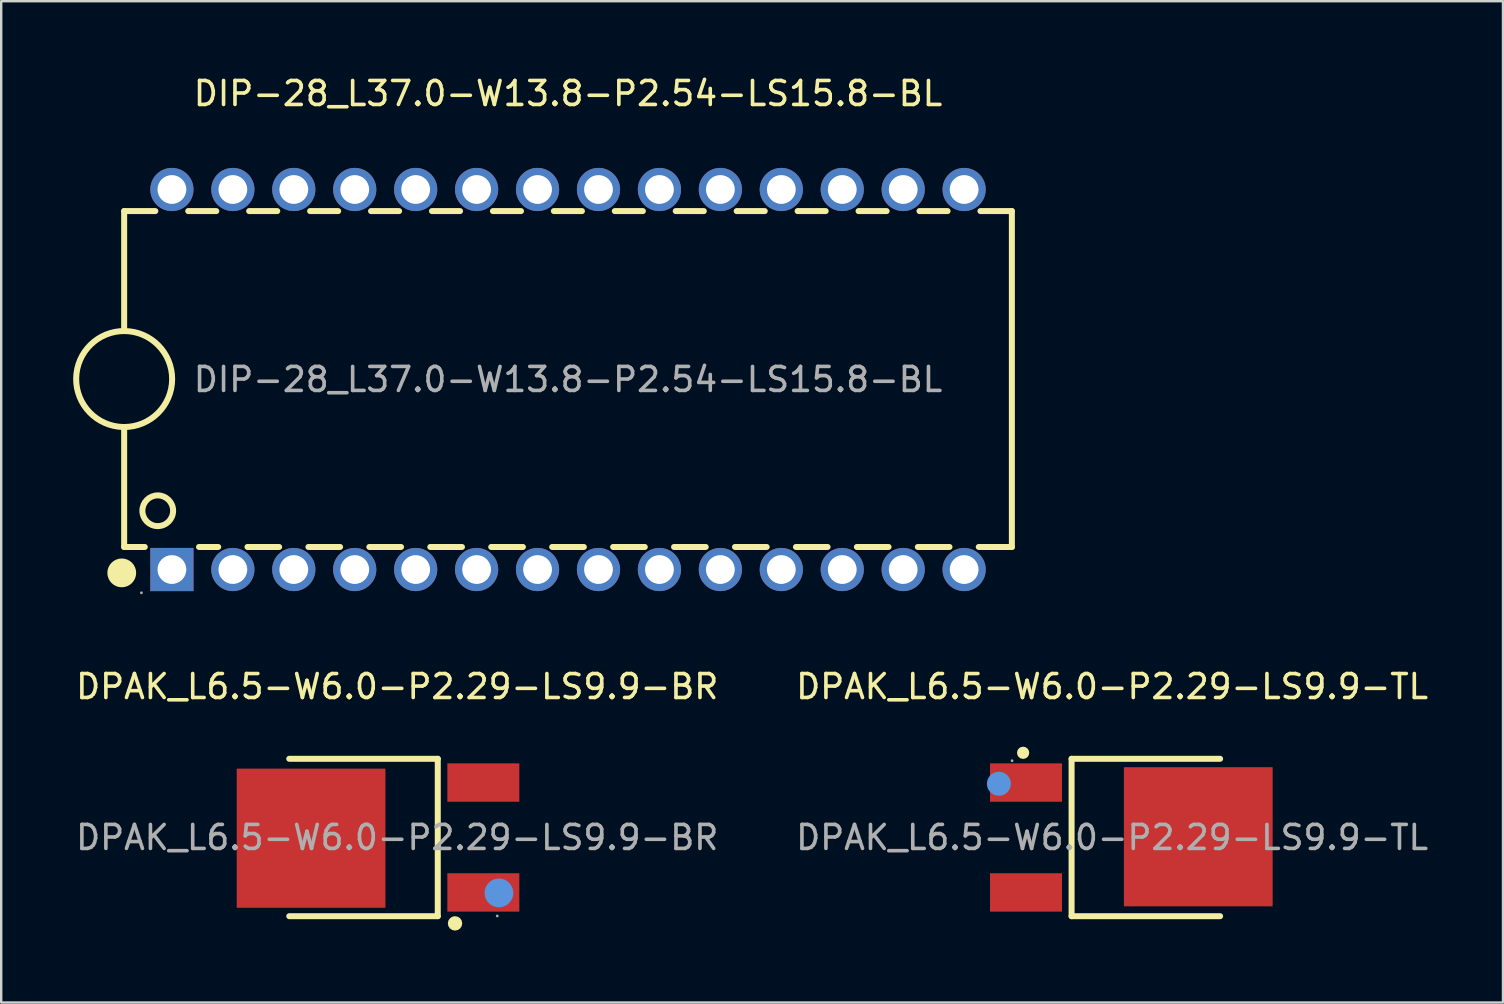
<source format=kicad_pcb>
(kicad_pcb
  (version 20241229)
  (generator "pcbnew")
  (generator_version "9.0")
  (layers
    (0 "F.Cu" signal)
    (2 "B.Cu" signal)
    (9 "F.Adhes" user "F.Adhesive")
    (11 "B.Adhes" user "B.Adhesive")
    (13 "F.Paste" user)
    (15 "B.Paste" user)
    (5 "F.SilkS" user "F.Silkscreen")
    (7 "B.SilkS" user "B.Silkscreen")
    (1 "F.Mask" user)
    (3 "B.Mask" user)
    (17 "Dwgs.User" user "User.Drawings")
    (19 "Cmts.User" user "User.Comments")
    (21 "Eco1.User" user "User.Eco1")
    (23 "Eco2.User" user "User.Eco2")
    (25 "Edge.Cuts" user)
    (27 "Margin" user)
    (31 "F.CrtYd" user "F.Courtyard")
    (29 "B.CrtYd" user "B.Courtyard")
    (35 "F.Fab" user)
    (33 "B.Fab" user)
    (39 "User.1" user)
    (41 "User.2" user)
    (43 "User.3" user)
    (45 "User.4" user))
  (footprint "DPAK_L6.5-W6.0-P2.29-LS9.9-BR"
    (layer "F.Cu")
    (at 13.506 31.857)
    (property "Reference" "DPAK_L6.5-W6.0-P2.29-LS9.9-BR" (at 0 -6.29 0) (layer "F.SilkS") (effects (font (size 1 1) (thickness 0.15))))
    (attr through_hole)
    (fp_line (start -4.5 -3.28) (end 1.69 -3.28) (stroke (width 0.25) (type solid)) (layer "F.SilkS"))
    (fp_line (start 1.69 -3.28) (end 1.69 3.28) (stroke (width 0.25) (type solid)) (layer "F.SilkS"))
    (fp_line (start 1.69 3.28) (end -4.5 3.28) (stroke (width 0.25) (type solid)) (layer "F.SilkS"))
    (fp_circle (center 2.41 3.58) (end 2.56 3.58) (stroke (width 0.3) (type solid)) (fill no) (layer "F.SilkS"))
    (fp_circle (center 4.24 2.31) (end 4.54 2.31) (stroke (width 0.6) (type solid)) (fill no) (layer "Cmts.User"))
    (fp_circle (center 4.17 3.27) (end 4.2 3.27) (stroke (width 0.06) (type solid)) (fill no) (layer "F.Fab"))
    (fp_text user "${REFERENCE}" (at 0 0 0) (layer "F.Fab") (effects (font (size 1 1) (thickness 0.15))))
    (pad "1" smd rect (at 3.59 2.29) (size 3 1.6) (layers "F.Cu" "F.Mask" "F.Paste"))
    (pad "3" smd rect (at 3.59 -2.29) (size 3 1.6) (layers "F.Cu" "F.Mask" "F.Paste"))
    (pad "4" smd rect (at -3.59 0.03) (size 6.2 5.8) (layers "F.Cu" "F.Mask" "F.Paste")))
  (footprint "DIP-28_L37.0-W13.8-P2.54-LS15.8-BL"
    (layer "F.Cu")
    (at 20.625 12.768)
    (property "Reference" "DIP-28_L37.0-W13.8-P2.54-LS15.8-BL" (at 0 -11.92 0) (layer "F.SilkS") (effects (font (size 1 1) (thickness 0.15))))
    (attr through_hole)
    (fp_line (start -18.5 -7.02) (end -18.5 -2.02) (stroke (width 0.25) (type solid)) (layer "F.SilkS"))
    (fp_line (start -18.5 1.98) (end -18.5 6.98) (stroke (width 0.25) (type solid)) (layer "F.SilkS"))
    (fp_line (start -17.64 6.98) (end -18.5 6.98) (stroke (width 0.25) (type solid)) (layer "F.SilkS"))
    (fp_line (start -17.2 -7.02) (end -18.5 -7.02) (stroke (width 0.25) (type solid)) (layer "F.SilkS"))
    (fp_line (start -14.66 -7.02) (end -15.83 -7.02) (stroke (width 0.25) (type solid)) (layer "F.SilkS"))
    (fp_line (start -14.58 6.98) (end -15.38 6.98) (stroke (width 0.25) (type solid)) (layer "F.SilkS"))
    (fp_line (start -12.12 -7.02) (end -13.29 -7.02) (stroke (width 0.25) (type solid)) (layer "F.SilkS"))
    (fp_line (start -12.04 6.98) (end -13.36 6.98) (stroke (width 0.25) (type solid)) (layer "F.SilkS"))
    (fp_line (start -9.58 -7.02) (end -10.75 -7.02) (stroke (width 0.25) (type solid)) (layer "F.SilkS"))
    (fp_line (start -9.5 6.98) (end -10.82 6.98) (stroke (width 0.25) (type solid)) (layer "F.SilkS"))
    (fp_line (start -7.04 -7.02) (end -8.21 -7.02) (stroke (width 0.25) (type solid)) (layer "F.SilkS"))
    (fp_line (start -6.96 6.98) (end -8.28 6.98) (stroke (width 0.25) (type solid)) (layer "F.SilkS"))
    (fp_line (start -4.5 -7.02) (end -5.67 -7.02) (stroke (width 0.25) (type solid)) (layer "F.SilkS"))
    (fp_line (start -4.42 6.98) (end -5.74 6.98) (stroke (width 0.25) (type solid)) (layer "F.SilkS"))
    (fp_line (start -1.96 -7.02) (end -3.13 -7.02) (stroke (width 0.25) (type solid)) (layer "F.SilkS"))
    (fp_line (start -1.88 6.98) (end -3.2 6.98) (stroke (width 0.25) (type solid)) (layer "F.SilkS"))
    (fp_line (start 0.58 -7.02) (end -0.59 -7.02) (stroke (width 0.25) (type solid)) (layer "F.SilkS"))
    (fp_line (start 0.66 6.98) (end -0.66 6.98) (stroke (width 0.25) (type solid)) (layer "F.SilkS"))
    (fp_line (start 3.12 -7.02) (end 1.95 -7.02) (stroke (width 0.25) (type solid)) (layer "F.SilkS"))
    (fp_line (start 3.2 6.98) (end 1.88 6.98) (stroke (width 0.25) (type solid)) (layer "F.SilkS"))
    (fp_line (start 5.66 -7.02) (end 4.49 -7.02) (stroke (width 0.25) (type solid)) (layer "F.SilkS"))
    (fp_line (start 5.74 6.98) (end 4.42 6.98) (stroke (width 0.25) (type solid)) (layer "F.SilkS"))
    (fp_line (start 8.2 -7.02) (end 7.03 -7.02) (stroke (width 0.25) (type solid)) (layer "F.SilkS"))
    (fp_line (start 8.28 6.98) (end 6.96 6.98) (stroke (width 0.25) (type solid)) (layer "F.SilkS"))
    (fp_line (start 10.74 -7.02) (end 9.57 -7.02) (stroke (width 0.25) (type solid)) (layer "F.SilkS"))
    (fp_line (start 10.82 6.98) (end 9.5 6.98) (stroke (width 0.25) (type solid)) (layer "F.SilkS"))
    (fp_line (start 13.28 -7.02) (end 12.11 -7.02) (stroke (width 0.25) (type solid)) (layer "F.SilkS"))
    (fp_line (start 13.36 6.98) (end 12.04 6.98) (stroke (width 0.25) (type solid)) (layer "F.SilkS"))
    (fp_line (start 15.82 -7.02) (end 14.65 -7.02) (stroke (width 0.25) (type solid)) (layer "F.SilkS"))
    (fp_line (start 15.9 6.98) (end 14.58 6.98) (stroke (width 0.25) (type solid)) (layer "F.SilkS"))
    (fp_line (start 18.5 -7.02) (end 17.19 -7.02) (stroke (width 0.25) (type solid)) (layer "F.SilkS"))
    (fp_line (start 18.5 6.98) (end 17.12 6.98) (stroke (width 0.25) (type solid)) (layer "F.SilkS"))
    (fp_line (start 18.5 6.98) (end 18.5 -7.02) (stroke (width 0.25) (type solid)) (layer "F.SilkS"))
    (fp_arc (start -18.6 8.06) (mid -18.6 8.06) (end -18.6 8.06) (stroke (width 0.6) (type solid)) (layer "F.SilkS"))
    (fp_arc (start -18.534905 1.979695) (mid -18.482547 -2.019923) (end -18.5 1.98) (stroke (width 0.25) (type solid)) (layer "F.SilkS"))
    (fp_circle (center -17.1 5.47) (end -16.46 5.47) (stroke (width 0.25) (type solid)) (fill no) (layer "F.SilkS"))
    (fp_circle (center -17.78 8.89) (end -17.75 8.89) (stroke (width 0.06) (type solid)) (fill no) (layer "F.Fab"))
    (fp_text user "${REFERENCE}" (at 0 0 0) (layer "F.Fab") (effects (font (size 1 1) (thickness 0.15))))
    (pad "1" thru_hole rect (at -16.51 7.92) (size 1.8 1.8) (drill 1.2) (layers "*.Cu" "*.Paste" "*.Mask"))
    (pad "2" thru_hole circle (at -13.97 7.92) (size 1.8 1.8) (drill 1.2) (layers "*.Cu" "*.Paste" "*.Mask"))
    (pad "3" thru_hole circle (at -11.43 7.92) (size 1.8 1.8) (drill 1.2) (layers "*.Cu" "*.Paste" "*.Mask"))
    (pad "4" thru_hole circle (at -8.89 7.92) (size 1.8 1.8) (drill 1.2) (layers "*.Cu" "*.Paste" "*.Mask"))
    (pad "5" thru_hole circle (at -6.35 7.92) (size 1.8 1.8) (drill 1.2) (layers "*.Cu" "*.Paste" "*.Mask"))
    (pad "6" thru_hole circle (at -3.81 7.92) (size 1.8 1.8) (drill 1.2) (layers "*.Cu" "*.Paste" "*.Mask"))
    (pad "7" thru_hole circle (at -1.27 7.92) (size 1.8 1.8) (drill 1.2) (layers "*.Cu" "*.Paste" "*.Mask"))
    (pad "8" thru_hole circle (at 1.27 7.92) (size 1.8 1.8) (drill 1.2) (layers "*.Cu" "*.Paste" "*.Mask"))
    (pad "9" thru_hole circle (at 3.81 7.92) (size 1.8 1.8) (drill 1.2) (layers "*.Cu" "*.Paste" "*.Mask"))
    (pad "10" thru_hole circle (at 6.35 7.92 180) (size 1.8 1.8) (drill 1.2) (layers "*.Cu" "*.Paste" "*.Mask"))
    (pad "11" thru_hole circle (at 8.89 7.92 180) (size 1.8 1.8) (drill 1.2) (layers "*.Cu" "*.Paste" "*.Mask"))
    (pad "12" thru_hole circle (at 11.43 7.92 180) (size 1.8 1.8) (drill 1.2) (layers "*.Cu" "*.Paste" "*.Mask"))
    (pad "13" thru_hole circle (at 13.97 7.92 180) (size 1.8 1.8) (drill 1.2) (layers "*.Cu" "*.Paste" "*.Mask"))
    (pad "14" thru_hole circle (at 16.51 7.92 180) (size 1.8 1.8) (drill 1.2) (layers "*.Cu" "*.Paste" "*.Mask"))
    (pad "15" thru_hole circle (at 16.51 -7.92) (size 1.8 1.8) (drill 1.2) (layers "*.Cu" "*.Paste" "*.Mask"))
    (pad "16" thru_hole circle (at 13.97 -7.92) (size 1.8 1.8) (drill 1.2) (layers "*.Cu" "*.Paste" "*.Mask"))
    (pad "17" thru_hole circle (at 11.43 -7.92) (size 1.8 1.8) (drill 1.2) (layers "*.Cu" "*.Paste" "*.Mask"))
    (pad "18" thru_hole circle (at 8.89 -7.92) (size 1.8 1.8) (drill 1.2) (layers "*.Cu" "*.Paste" "*.Mask"))
    (pad "19" thru_hole circle (at 6.35 -7.92) (size 1.8 1.8) (drill 1.2) (layers "*.Cu" "*.Paste" "*.Mask"))
    (pad "20" thru_hole circle (at 3.81 -7.92) (size 1.8 1.8) (drill 1.2) (layers "*.Cu" "*.Paste" "*.Mask"))
    (pad "21" thru_hole circle (at 1.27 -7.92) (size 1.8 1.8) (drill 1.2) (layers "*.Cu" "*.Paste" "*.Mask"))
    (pad "22" thru_hole circle (at -1.27 -7.92) (size 1.8 1.8) (drill 1.2) (layers "*.Cu" "*.Paste" "*.Mask"))
    (pad "23" thru_hole circle (at -3.81 -7.92) (size 1.8 1.8) (drill 1.2) (layers "*.Cu" "*.Paste" "*.Mask"))
    (pad "24" thru_hole circle (at -6.35 -7.92) (size 1.8 1.8) (drill 1.2) (layers "*.Cu" "*.Paste" "*.Mask"))
    (pad "25" thru_hole circle (at -8.89 -7.92) (size 1.8 1.8) (drill 1.2) (layers "*.Cu" "*.Paste" "*.Mask"))
    (pad "26" thru_hole circle (at -11.43 -7.92) (size 1.8 1.8) (drill 1.2) (layers "*.Cu" "*.Paste" "*.Mask"))
    (pad "27" thru_hole circle (at -13.97 -7.92) (size 1.8 1.8) (drill 1.2) (layers "*.Cu" "*.Paste" "*.Mask"))
    (pad "28" thru_hole circle (at -16.51 -7.92) (size 1.8 1.8) (drill 1.2) (layers "*.Cu" "*.Paste" "*.Mask")))
  (footprint "DPAK_L6.5-W6.0-P2.29-LS9.9-TL"
    (layer "F.Cu")
    (at 43.304 31.857)
    (property "Reference" "DPAK_L6.5-W6.0-P2.29-LS9.9-TL" (at 0 -6.29 0) (layer "F.SilkS") (effects (font (size 1 1) (thickness 0.15))))
    (attr through_hole)
    (fp_line (start -1.69 -3.28) (end 4.5 -3.28) (stroke (width 0.25) (type solid)) (layer "F.SilkS"))
    (fp_line (start -1.69 3.28) (end -1.69 -3.28) (stroke (width 0.25) (type solid)) (layer "F.SilkS"))
    (fp_line (start 4.5 3.28) (end -1.69 3.28) (stroke (width 0.25) (type solid)) (layer "F.SilkS"))
    (fp_circle (center -3.71 -3.53) (end -3.58 -3.53) (stroke (width 0.25) (type solid)) (fill no) (layer "F.SilkS"))
    (fp_circle (center -4.72 -2.24) (end -4.47 -2.24) (stroke (width 0.5) (type solid)) (fill no) (layer "Cmts.User"))
    (fp_circle (center -4.17 -3.2) (end -4.14 -3.2) (stroke (width 0.06) (type solid)) (fill no) (layer "F.Fab"))
    (fp_text user "${REFERENCE}" (at 0 0 0) (layer "F.Fab") (effects (font (size 1 1) (thickness 0.15))))
    (pad "1" smd rect (at -3.59 -2.29) (size 3 1.6) (layers "F.Cu" "F.Mask" "F.Paste"))
    (pad "3" smd rect (at -3.59 2.29) (size 3 1.6) (layers "F.Cu" "F.Mask" "F.Paste"))
    (pad "4" smd rect (at 3.59 -0.03) (size 6.2 5.8) (layers "F.Cu" "F.Mask" "F.Paste")))
  (gr_rect
    (start -3 -3)
    (end 59.595 38.736)
    (stroke (width 0.1) (type default))
    (fill no)
    (layer "Edge.Cuts")))
</source>
